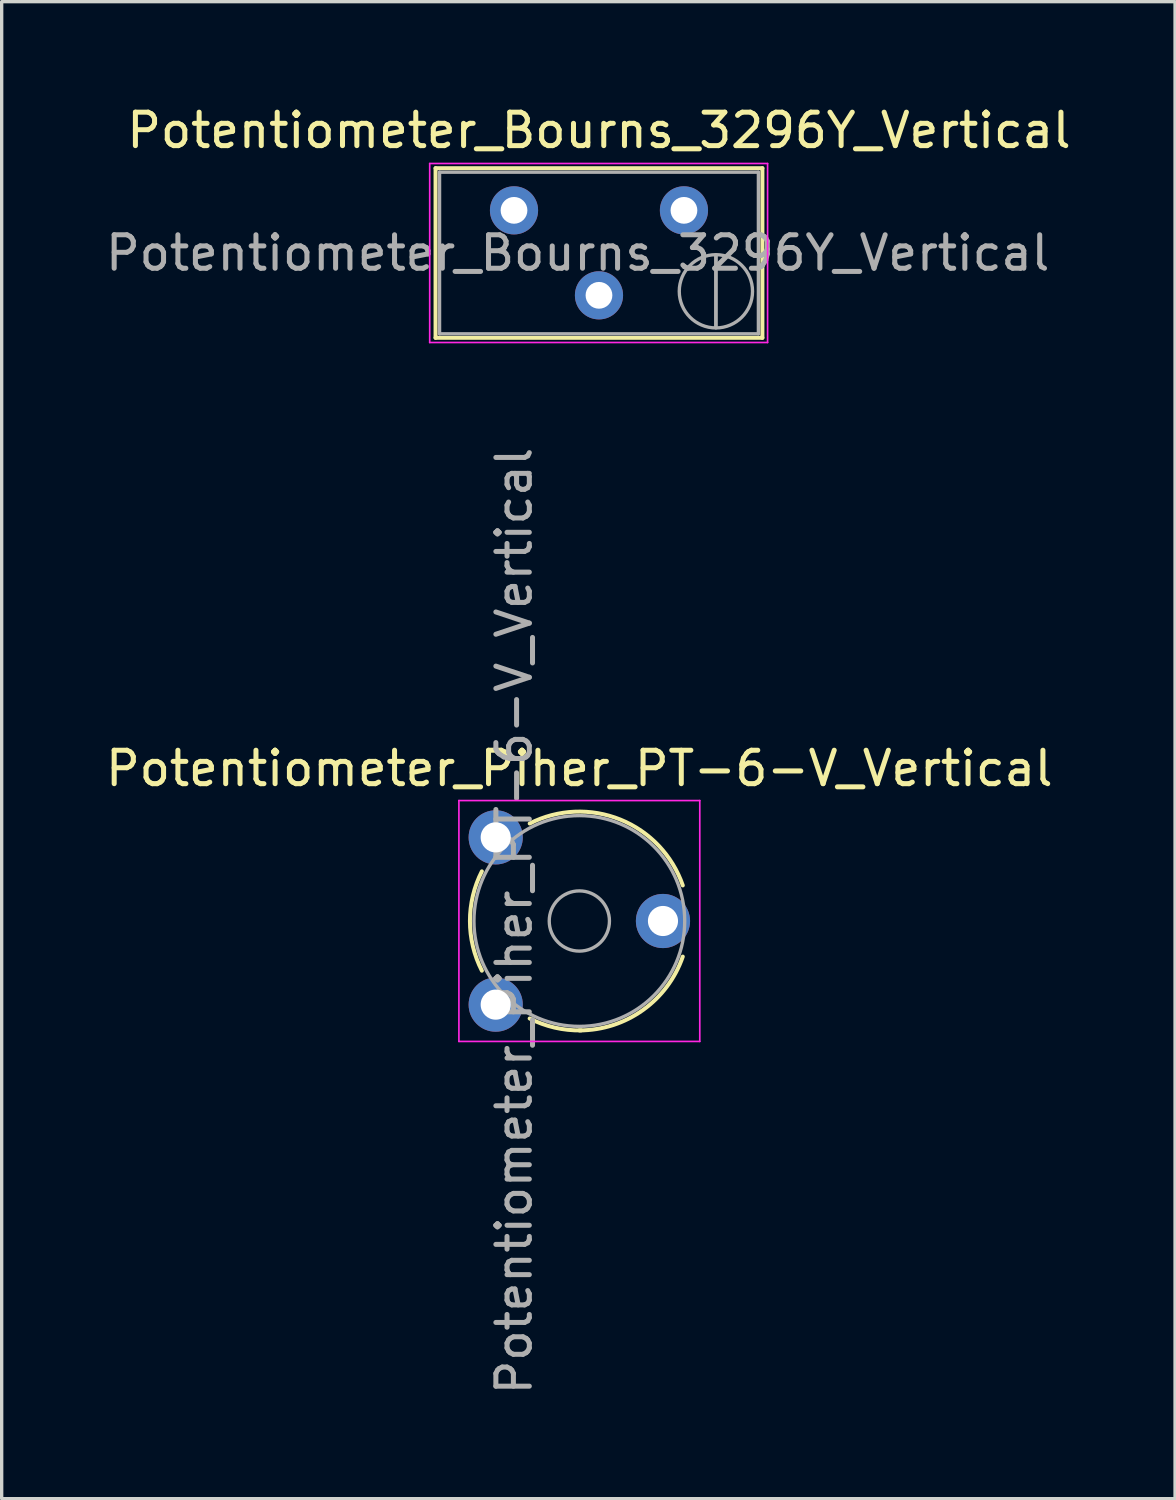
<source format=kicad_pcb>
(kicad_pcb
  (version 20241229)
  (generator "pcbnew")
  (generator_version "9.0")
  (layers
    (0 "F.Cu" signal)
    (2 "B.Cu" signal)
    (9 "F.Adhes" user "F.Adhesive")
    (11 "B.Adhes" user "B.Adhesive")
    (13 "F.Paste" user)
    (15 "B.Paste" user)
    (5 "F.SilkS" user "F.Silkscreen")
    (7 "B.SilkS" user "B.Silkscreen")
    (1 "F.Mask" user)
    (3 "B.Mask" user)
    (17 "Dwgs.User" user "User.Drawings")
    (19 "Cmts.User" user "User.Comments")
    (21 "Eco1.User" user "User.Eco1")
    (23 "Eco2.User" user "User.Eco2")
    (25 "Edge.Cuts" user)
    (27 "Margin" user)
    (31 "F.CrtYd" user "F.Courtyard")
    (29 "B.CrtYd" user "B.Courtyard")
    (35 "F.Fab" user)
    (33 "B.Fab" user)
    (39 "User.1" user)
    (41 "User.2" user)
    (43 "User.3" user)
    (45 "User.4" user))
  (footprint "Potentiometer_Bourns_3296Y_Vertical"
    (layer "F.Cu")
    (at 17.395 3.238)
    (property "Reference" "Potentiometer_Bourns_3296Y_Vertical" (at -2.54 -2.39 0) (layer "F.SilkS") (effects (font (size 1 1) (thickness 0.15))))
    (attr through_hole)
    (fp_line (start -7.425 -1.26) (end -7.425 3.81) (stroke (width 0.12) (type solid)) (layer "F.SilkS"))
    (fp_line (start -7.425 -1.26) (end 2.345 -1.26) (stroke (width 0.12) (type solid)) (layer "F.SilkS"))
    (fp_line (start -7.425 3.81) (end 2.345 3.81) (stroke (width 0.12) (type solid)) (layer "F.SilkS"))
    (fp_line (start 2.345 -1.26) (end 2.345 3.81) (stroke (width 0.12) (type solid)) (layer "F.SilkS"))
    (fp_line (start -7.6 -1.4) (end -7.6 3.95) (stroke (width 0.05) (type solid)) (layer "F.CrtYd"))
    (fp_line (start -7.6 3.95) (end 2.5 3.95) (stroke (width 0.05) (type solid)) (layer "F.CrtYd"))
    (fp_line (start 2.5 -1.4) (end -7.6 -1.4) (stroke (width 0.05) (type solid)) (layer "F.CrtYd"))
    (fp_line (start 2.5 3.95) (end 2.5 -1.4) (stroke (width 0.05) (type solid)) (layer "F.CrtYd"))
    (fp_line (start -7.305 -1.14) (end -7.305 3.69) (stroke (width 0.1) (type solid)) (layer "F.Fab"))
    (fp_line (start -7.305 3.69) (end 2.225 3.69) (stroke (width 0.1) (type solid)) (layer "F.Fab"))
    (fp_line (start 0.955 3.505) (end 0.956 1.336) (stroke (width 0.1) (type solid)) (layer "F.Fab"))
    (fp_line (start 0.955 3.505) (end 0.956 1.336) (stroke (width 0.1) (type solid)) (layer "F.Fab"))
    (fp_line (start 2.225 -1.14) (end -7.305 -1.14) (stroke (width 0.1) (type solid)) (layer "F.Fab"))
    (fp_line (start 2.225 3.69) (end 2.225 -1.14) (stroke (width 0.1) (type solid)) (layer "F.Fab"))
    (fp_circle (center 0.955 2.42) (end 2.05 2.42) (stroke (width 0.1) (type solid)) (fill no) (layer "F.Fab"))
    (fp_text user "${REFERENCE}" (at -3.175 1.275 0) (layer "F.Fab") (effects (font (size 1 1) (thickness 0.15))))
    (pad "1" thru_hole circle (at 0 0) (size 1.44 1.44) (drill 0.8) (layers "*.Cu" "*.Mask"))
    (pad "2" thru_hole circle (at -2.54 2.54) (size 1.44 1.44) (drill 0.8) (layers "*.Cu" "*.Mask"))
    (pad "3" thru_hole circle (at -5.08 0) (size 1.44 1.44) (drill 0.8) (layers "*.Cu" "*.Mask")))
  (footprint "Potentiometer_Piher_PT-6-V_Vertical"
    (layer "F.Cu")
    (at 11.768 26.981)
    (property "Reference" "Potentiometer_Piher_PT-6-V_Vertical" (at 2.5 -7.06 0) (layer "F.SilkS") (effects (font (size 1 1) (thickness 0.15))))
    (attr through_hole)
    (fp_arc (start -0.413387 -1.014798) (mid -0.770114 -2.499325) (end -0.414 -3.984) (stroke (width 0.12) (type solid)) (layer "F.SilkS"))
    (fp_arc (start 1.016032 -5.413829) (mid 3.725524 -5.531609) (end 5.592 -3.564) (stroke (width 0.12) (type solid)) (layer "F.SilkS"))
    (fp_arc (start 2.556863 0.770075) (mid 1.764071 0.686696) (end 1.015 0.414) (stroke (width 0.12) (type solid)) (layer "F.SilkS"))
    (fp_arc (start 5.591846 -1.435392) (mid 4.398899 0.162158) (end 2.5 0.77) (stroke (width 0.12) (type solid)) (layer "F.SilkS"))
    (fp_line (start -1.1 -6.1) (end -1.1 1.1) (stroke (width 0.05) (type solid)) (layer "F.CrtYd"))
    (fp_line (start -1.1 1.1) (end 6.1 1.1) (stroke (width 0.05) (type solid)) (layer "F.CrtYd"))
    (fp_line (start 6.1 -6.1) (end -1.1 -6.1) (stroke (width 0.05) (type solid)) (layer "F.CrtYd"))
    (fp_line (start 6.1 1.1) (end 6.1 -6.1) (stroke (width 0.05) (type solid)) (layer "F.CrtYd"))
    (fp_circle (center 2.5 -2.5) (end 3.4 -2.5) (stroke (width 0.1) (type solid)) (fill no) (layer "F.Fab"))
    (fp_circle (center 2.5 -2.5) (end 5.65 -2.5) (stroke (width 0.1) (type solid)) (fill no) (layer "F.Fab"))
    (fp_text user "${REFERENCE}" (at 0.55 -2.5 90) (layer "F.Fab") (effects (font (size 1 1) (thickness 0.15))))
    (pad "1" thru_hole circle (at 0 0) (size 1.62 1.62) (drill 0.9) (layers "*.Cu" "*.Mask"))
    (pad "2" thru_hole circle (at 5 -2.5) (size 1.62 1.62) (drill 0.9) (layers "*.Cu" "*.Mask"))
    (pad "3" thru_hole circle (at 0 -5) (size 1.62 1.62) (drill 0.9) (layers "*.Cu" "*.Mask")))
  (gr_rect
    (start -3 -3)
    (end 32.075 41.749)
    (stroke (width 0.1) (type default))
    (fill no)
    (layer "Edge.Cuts")))
</source>
